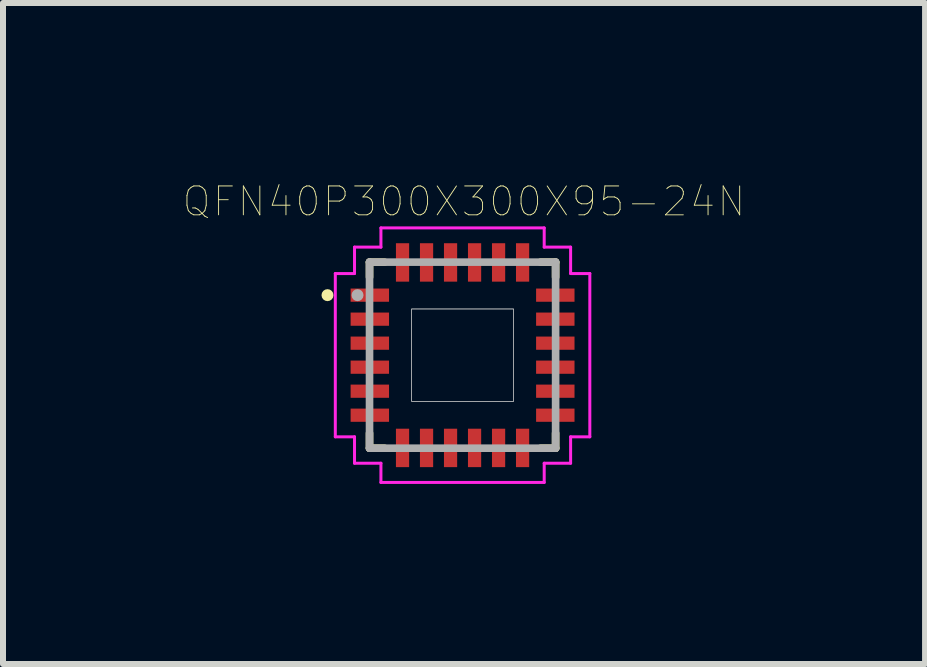
<source format=kicad_pcb>
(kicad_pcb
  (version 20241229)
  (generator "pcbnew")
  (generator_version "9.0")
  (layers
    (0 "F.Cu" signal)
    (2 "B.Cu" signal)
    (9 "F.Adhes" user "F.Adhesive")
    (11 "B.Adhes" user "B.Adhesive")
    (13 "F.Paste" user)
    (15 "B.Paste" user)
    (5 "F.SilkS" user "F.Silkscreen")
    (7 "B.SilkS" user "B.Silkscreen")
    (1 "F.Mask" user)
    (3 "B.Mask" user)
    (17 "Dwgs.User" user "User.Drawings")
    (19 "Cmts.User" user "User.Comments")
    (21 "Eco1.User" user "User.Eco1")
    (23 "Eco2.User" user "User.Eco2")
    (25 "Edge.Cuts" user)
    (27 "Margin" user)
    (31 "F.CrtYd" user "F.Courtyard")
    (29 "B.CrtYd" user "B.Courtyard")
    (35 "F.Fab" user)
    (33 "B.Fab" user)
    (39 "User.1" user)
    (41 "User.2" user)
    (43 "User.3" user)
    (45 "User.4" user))
  (footprint "QFN40P300X300X95-24N"
    (layer "F.Cu")
    (at 4.656 2.867)
    (property "Reference" "QFN40P300X300X95-24N" (at 0.024 -2.56 0) (layer "F.SilkS") (effects (font (size 0.481 0.481) (thickness 0.015))))
    (attr through_hole)
    (fp_line (start -1.55 -1.55) (end -1.3 -1.55) (stroke (width 0.127) (type solid)) (layer "F.SilkS"))
    (fp_line (start -1.55 -1.3) (end -1.55 -1.55) (stroke (width 0.127) (type solid)) (layer "F.SilkS"))
    (fp_line (start -1.55 1.3) (end -1.55 1.55) (stroke (width 0.127) (type solid)) (layer "F.SilkS"))
    (fp_line (start -1.55 1.55) (end -1.3 1.55) (stroke (width 0.127) (type solid)) (layer "F.SilkS"))
    (fp_line (start 1.3 -1.55) (end 1.55 -1.55) (stroke (width 0.127) (type solid)) (layer "F.SilkS"))
    (fp_line (start 1.3 1.55) (end 1.55 1.55) (stroke (width 0.127) (type solid)) (layer "F.SilkS"))
    (fp_line (start 1.55 -1.55) (end 1.55 -1.3) (stroke (width 0.127) (type solid)) (layer "F.SilkS"))
    (fp_line (start 1.55 1.55) (end 1.55 1.3) (stroke (width 0.127) (type solid)) (layer "F.SilkS"))
    (fp_circle (center -2.25 -1) (end -2.2 -1) (stroke (width 0.1) (type solid)) (fill no) (layer "F.SilkS"))
    (fp_poly (pts (xy -0.85 -0.77) (xy 0.85 -0.77) (xy 0.85 0.77) (xy -0.85 0.77)) (stroke (width 0.01) (type solid)) (fill no) (layer "Dwgs.User"))
    (fp_poly (pts (xy -0.85 -0.77) (xy 0.85 -0.77) (xy 0.85 0.77) (xy -0.85 0.77)) (stroke (width 0.01) (type solid)) (fill no) (layer "Dwgs.User"))
    (fp_line (start -2.12 -1.36) (end -2.12 1.36) (stroke (width 0.05) (type solid)) (layer "F.CrtYd"))
    (fp_line (start -2.12 1.36) (end -1.8 1.36) (stroke (width 0.05) (type solid)) (layer "F.CrtYd"))
    (fp_line (start -1.8 -1.8) (end -1.8 -1.36) (stroke (width 0.05) (type solid)) (layer "F.CrtYd"))
    (fp_line (start -1.8 -1.36) (end -2.12 -1.36) (stroke (width 0.05) (type solid)) (layer "F.CrtYd"))
    (fp_line (start -1.8 1.36) (end -1.8 1.8) (stroke (width 0.05) (type solid)) (layer "F.CrtYd"))
    (fp_line (start -1.8 1.8) (end -1.36 1.8) (stroke (width 0.05) (type solid)) (layer "F.CrtYd"))
    (fp_line (start -1.36 -2.12) (end -1.36 -1.8) (stroke (width 0.05) (type solid)) (layer "F.CrtYd"))
    (fp_line (start -1.36 -1.8) (end -1.8 -1.8) (stroke (width 0.05) (type solid)) (layer "F.CrtYd"))
    (fp_line (start -1.36 1.8) (end -1.36 2.12) (stroke (width 0.05) (type solid)) (layer "F.CrtYd"))
    (fp_line (start -1.36 2.12) (end 1.36 2.12) (stroke (width 0.05) (type solid)) (layer "F.CrtYd"))
    (fp_line (start 1.36 -2.12) (end -1.36 -2.12) (stroke (width 0.05) (type solid)) (layer "F.CrtYd"))
    (fp_line (start 1.36 -1.8) (end 1.36 -2.12) (stroke (width 0.05) (type solid)) (layer "F.CrtYd"))
    (fp_line (start 1.36 1.8) (end 1.8 1.8) (stroke (width 0.05) (type solid)) (layer "F.CrtYd"))
    (fp_line (start 1.36 2.12) (end 1.36 1.8) (stroke (width 0.05) (type solid)) (layer "F.CrtYd"))
    (fp_line (start 1.8 -1.8) (end 1.36 -1.8) (stroke (width 0.05) (type solid)) (layer "F.CrtYd"))
    (fp_line (start 1.8 -1.36) (end 1.8 -1.8) (stroke (width 0.05) (type solid)) (layer "F.CrtYd"))
    (fp_line (start 1.8 1.36) (end 2.12 1.36) (stroke (width 0.05) (type solid)) (layer "F.CrtYd"))
    (fp_line (start 1.8 1.8) (end 1.8 1.36) (stroke (width 0.05) (type solid)) (layer "F.CrtYd"))
    (fp_line (start 2.12 -1.36) (end 1.8 -1.36) (stroke (width 0.05) (type solid)) (layer "F.CrtYd"))
    (fp_line (start 2.12 1.36) (end 2.12 -1.36) (stroke (width 0.05) (type solid)) (layer "F.CrtYd"))
    (fp_line (start -1.55 -1.55) (end 1.55 -1.55) (stroke (width 0.127) (type solid)) (layer "F.Fab"))
    (fp_line (start -1.55 1.55) (end -1.55 -1.55) (stroke (width 0.127) (type solid)) (layer "F.Fab"))
    (fp_line (start 1.55 -1.55) (end 1.55 1.55) (stroke (width 0.127) (type solid)) (layer "F.Fab"))
    (fp_line (start 1.55 1.55) (end -1.55 1.55) (stroke (width 0.127) (type solid)) (layer "F.Fab"))
    (fp_circle (center -1.75 -1) (end -1.7 -1) (stroke (width 0.1) (type solid)) (fill no) (layer "F.Fab"))
    (pad "1" smd rect (at -1.545 -1) (size 0.64 0.22) (layers "F.Cu" "F.Mask" "F.Paste"))
    (pad "2" smd rect (at -1.545 -0.6) (size 0.64 0.22) (layers "F.Cu" "F.Mask" "F.Paste"))
    (pad "3" smd rect (at -1.545 -0.2) (size 0.64 0.22) (layers "F.Cu" "F.Mask" "F.Paste"))
    (pad "4" smd rect (at -1.545 0.2) (size 0.64 0.22) (layers "F.Cu" "F.Mask" "F.Paste"))
    (pad "5" smd rect (at -1.545 0.6) (size 0.64 0.22) (layers "F.Cu" "F.Mask" "F.Paste"))
    (pad "6" smd rect (at -1.545 1) (size 0.64 0.22) (layers "F.Cu" "F.Mask" "F.Paste"))
    (pad "7" smd rect (at -1 1.545) (size 0.22 0.64) (layers "F.Cu" "F.Mask" "F.Paste"))
    (pad "8" smd rect (at -0.6 1.545) (size 0.22 0.64) (layers "F.Cu" "F.Mask" "F.Paste"))
    (pad "9" smd rect (at -0.2 1.545) (size 0.22 0.64) (layers "F.Cu" "F.Mask" "F.Paste"))
    (pad "10" smd rect (at 0.2 1.545) (size 0.22 0.64) (layers "F.Cu" "F.Mask" "F.Paste"))
    (pad "11" smd rect (at 0.6 1.545) (size 0.22 0.64) (layers "F.Cu" "F.Mask" "F.Paste"))
    (pad "12" smd rect (at 1 1.545) (size 0.22 0.64) (layers "F.Cu" "F.Mask" "F.Paste"))
    (pad "13" smd rect (at 1.545 1) (size 0.64 0.22) (layers "F.Cu" "F.Mask" "F.Paste"))
    (pad "14" smd rect (at 1.545 0.6) (size 0.64 0.22) (layers "F.Cu" "F.Mask" "F.Paste"))
    (pad "15" smd rect (at 1.545 0.2) (size 0.64 0.22) (layers "F.Cu" "F.Mask" "F.Paste"))
    (pad "16" smd rect (at 1.545 -0.2) (size 0.64 0.22) (layers "F.Cu" "F.Mask" "F.Paste"))
    (pad "17" smd rect (at 1.545 -0.6) (size 0.64 0.22) (layers "F.Cu" "F.Mask" "F.Paste"))
    (pad "18" smd rect (at 1.545 -1) (size 0.64 0.22) (layers "F.Cu" "F.Mask" "F.Paste"))
    (pad "19" smd rect (at 1 -1.545) (size 0.22 0.64) (layers "F.Cu" "F.Mask" "F.Paste"))
    (pad "20" smd rect (at 0.6 -1.545) (size 0.22 0.64) (layers "F.Cu" "F.Mask" "F.Paste"))
    (pad "21" smd rect (at 0.2 -1.545) (size 0.22 0.64) (layers "F.Cu" "F.Mask" "F.Paste"))
    (pad "22" smd rect (at -0.2 -1.545) (size 0.22 0.64) (layers "F.Cu" "F.Mask" "F.Paste"))
    (pad "23" smd rect (at -0.6 -1.545) (size 0.22 0.64) (layers "F.Cu" "F.Mask" "F.Paste"))
    (pad "24" smd rect (at -1 -1.545) (size 0.22 0.64) (layers "F.Cu" "F.Mask" "F.Paste")))
  (gr_rect
    (start -3 -3)
    (end 12.361 8.012)
    (stroke (width 0.1) (type default))
    (fill no)
    (layer "Edge.Cuts")))
</source>
